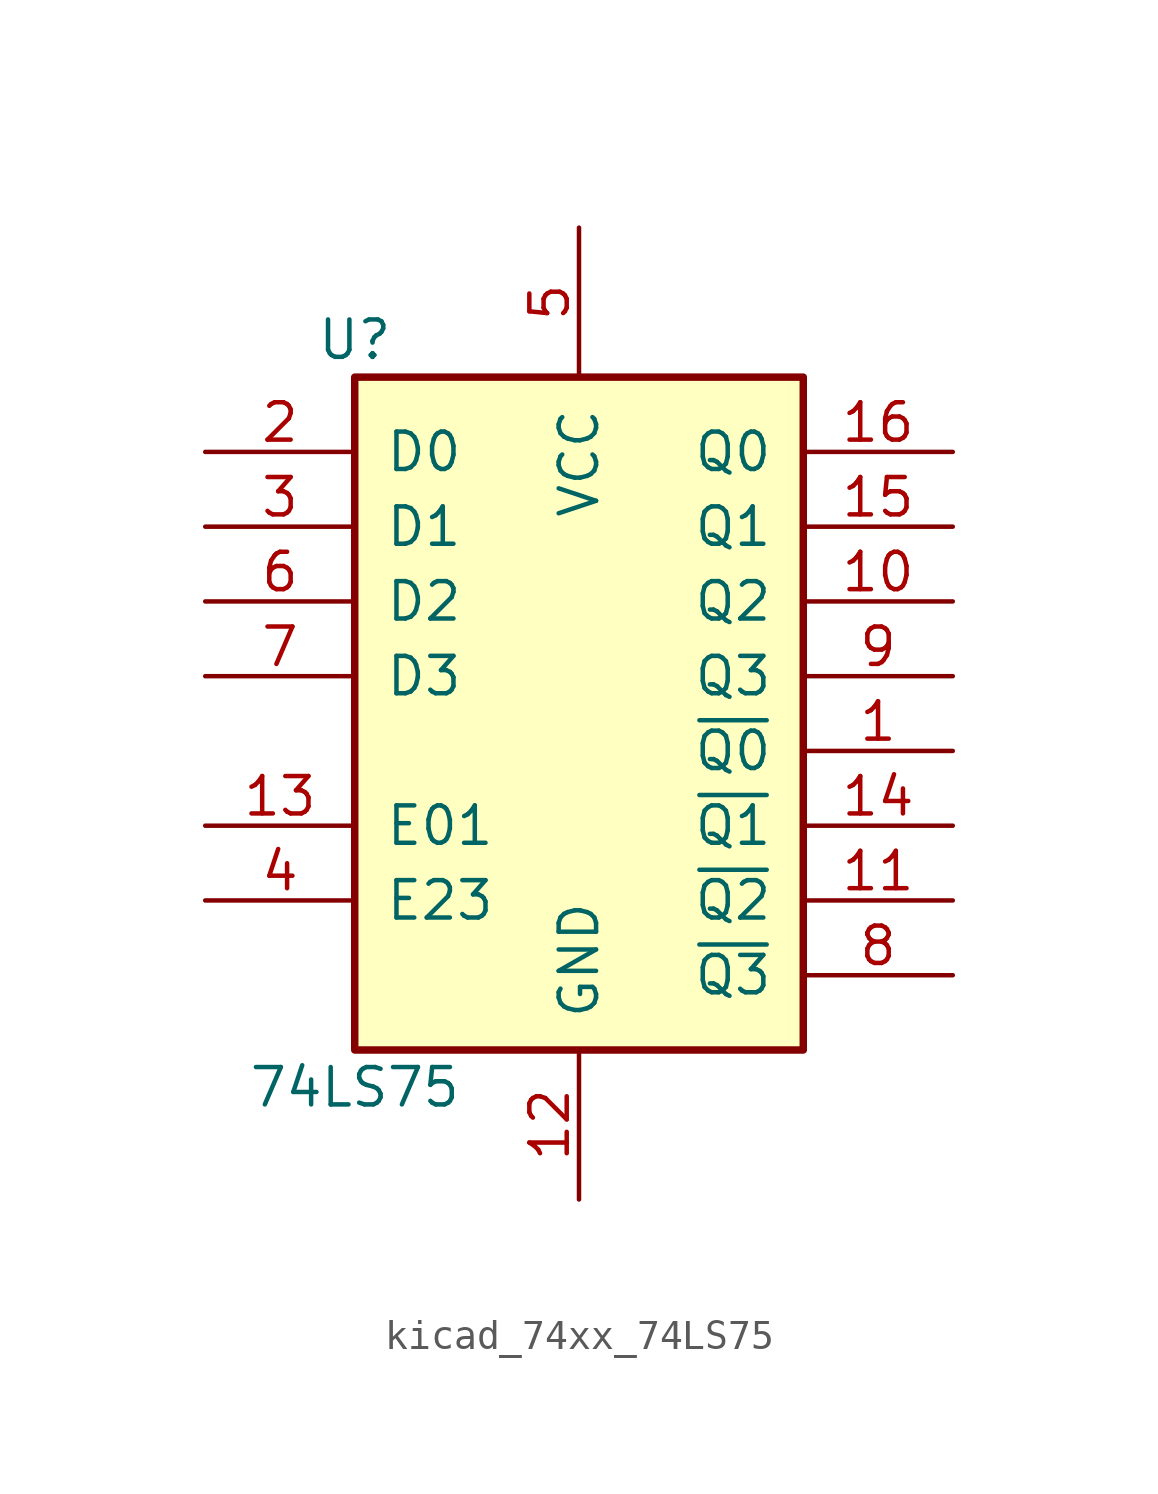
<source format=kicad_sym>
(kicad_symbol_lib
  (version 20220914)
  (generator kicad_symbol_editor)
  (symbol "kicad_74xx_74LS75"
    (pin_names
      (offset 1.016))
    (property "Reference" "U"
      (at -7.62 11.43 0)
      (effects (font (size 1.27 1.27))))
    (property "Value" "74LS75"
      (at -7.62 -13.97 0)
      (effects (font (size 1.27 1.27))))
    (property "ki_locked" ""
      (at 0 0 0)
      (effects (font (size 1.27 1.27))))
    (symbol "kicad_74xx_74LS75_1_0"
      (pin output line (at 12.7 -2.54 180) (length 5.08) (name "~{Q0}" (effects (font (size 1.27 1.27)))) (number "1" (effects (font (size 1.27 1.27)))))
      (pin output line (at 12.7 2.54 180) (length 5.08) (name "Q2" (effects (font (size 1.27 1.27)))) (number "10" (effects (font (size 1.27 1.27)))))
      (pin output line (at 12.7 -7.62 180) (length 5.08) (name "~{Q2}" (effects (font (size 1.27 1.27)))) (number "11" (effects (font (size 1.27 1.27)))))
      (pin power_in line (at 0 -17.78 90) (length 5.08) (name "GND" (effects (font (size 1.27 1.27)))) (number "12" (effects (font (size 1.27 1.27)))))
      (pin input line (at -12.7 -5.08 0) (length 5.08) (name "E01" (effects (font (size 1.27 1.27)))) (number "13" (effects (font (size 1.27 1.27)))))
      (pin output line (at 12.7 -5.08 180) (length 5.08) (name "~{Q1}" (effects (font (size 1.27 1.27)))) (number "14" (effects (font (size 1.27 1.27)))))
      (pin output line (at 12.7 5.08 180) (length 5.08) (name "Q1" (effects (font (size 1.27 1.27)))) (number "15" (effects (font (size 1.27 1.27)))))
      (pin output line (at 12.7 7.62 180) (length 5.08) (name "Q0" (effects (font (size 1.27 1.27)))) (number "16" (effects (font (size 1.27 1.27)))))
      (pin input line (at -12.7 7.62 0) (length 5.08) (name "D0" (effects (font (size 1.27 1.27)))) (number "2" (effects (font (size 1.27 1.27)))))
      (pin input line (at -12.7 5.08 0) (length 5.08) (name "D1" (effects (font (size 1.27 1.27)))) (number "3" (effects (font (size 1.27 1.27)))))
      (pin input line (at -12.7 -7.62 0) (length 5.08) (name "E23" (effects (font (size 1.27 1.27)))) (number "4" (effects (font (size 1.27 1.27)))))
      (pin power_in line (at 0 15.24 270) (length 5.08) (name "VCC" (effects (font (size 1.27 1.27)))) (number "5" (effects (font (size 1.27 1.27)))))
      (pin input line (at -12.7 2.54 0) (length 5.08) (name "D2" (effects (font (size 1.27 1.27)))) (number "6" (effects (font (size 1.27 1.27)))))
      (pin input line (at -12.7 0 0) (length 5.08) (name "D3" (effects (font (size 1.27 1.27)))) (number "7" (effects (font (size 1.27 1.27)))))
      (pin output line (at 12.7 -10.16 180) (length 5.08) (name "~{Q3}" (effects (font (size 1.27 1.27)))) (number "8" (effects (font (size 1.27 1.27)))))
      (pin output line (at 12.7 0 180) (length 5.08) (name "Q3" (effects (font (size 1.27 1.27)))) (number "9" (effects (font (size 1.27 1.27))))))
    (symbol "kicad_74xx_74LS75_1_1"
      (rectangle (start -7.62 10.16) (end 7.62 -12.7) (stroke (width 0.254) (type default)) (fill (type background))))))
</source>
